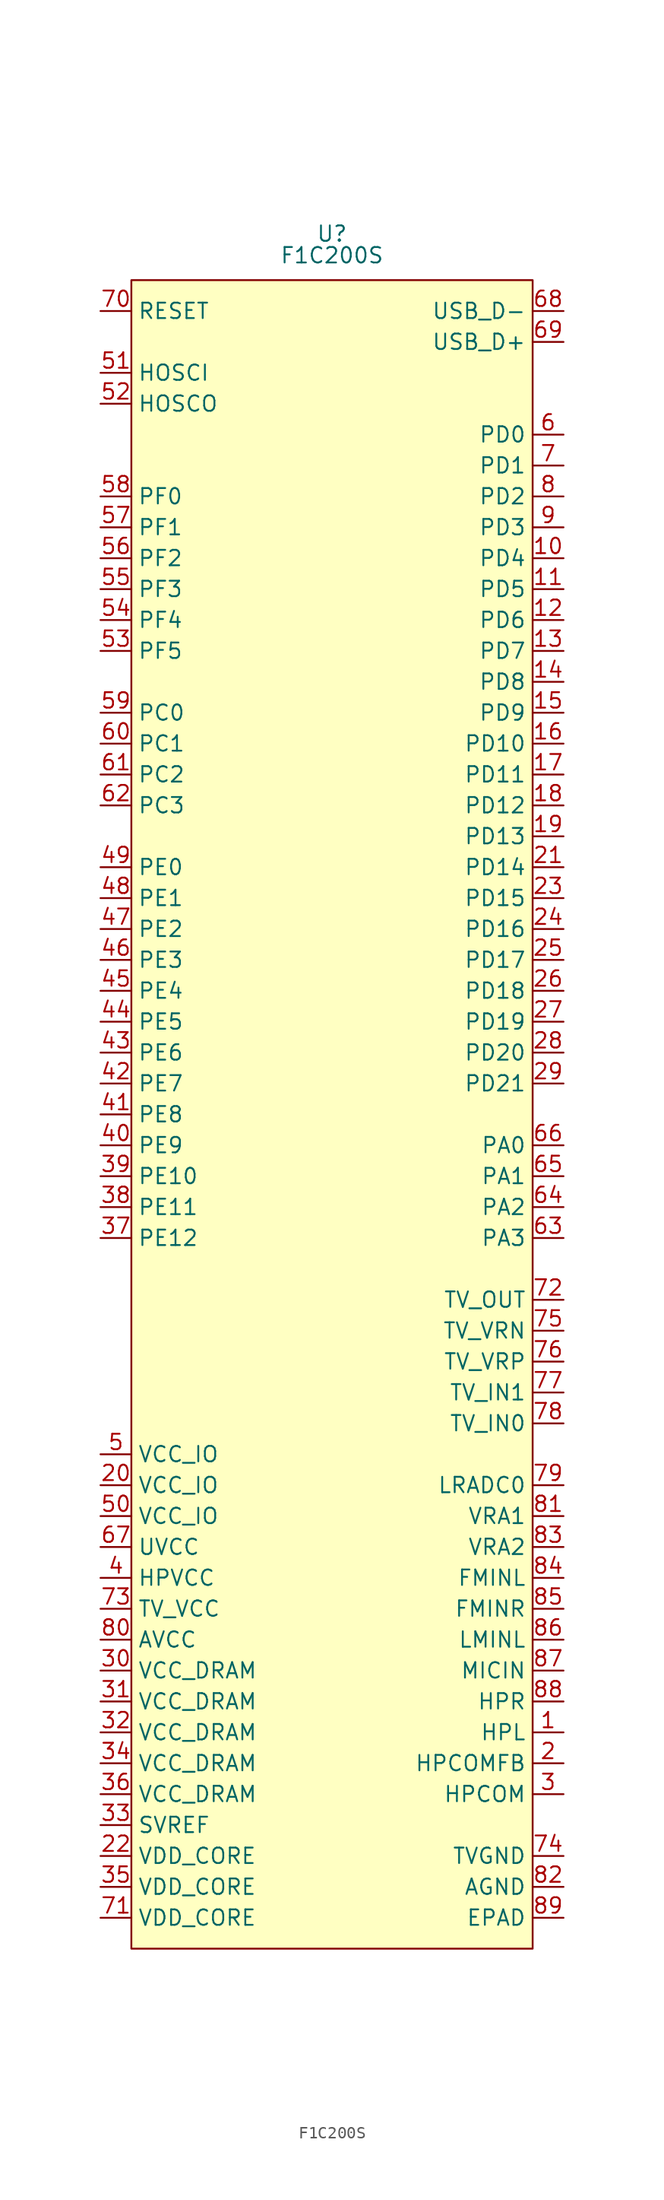
<source format=kicad_sym>
(kicad_symbol_lib
  (version 20241209)
  (generator "kicad_symbol_editor")
  (generator_version "9.0")
  (symbol "F1C200S"
    (property "Reference" "U"
      (at 0 72.39 0)
      (effects (font (size 1.27 1.27))))
    (property "Value" "F1C200S"
      (at 0 70.612 0)
      (effects (font (size 1.27 1.27))))
    (symbol "F1C200S_1_1"
      (rectangle (start -16.51 68.58) (end 16.51 -68.58) (stroke (width 0) (type solid)) (fill (type color) (color 255 255 194 1)))
      (pin input line (at -19.05 66.04 0) (length 2.54) (name "RESET" (effects (font (size 1.27 1.27)))) (number "70" (effects (font (size 1.27 1.27)))))
      (pin input line (at -19.05 60.96 0) (length 2.54) (name "HOSCI" (effects (font (size 1.27 1.27)))) (number "51" (effects (font (size 1.27 1.27)))))
      (pin output line (at -19.05 58.42 0) (length 2.54) (name "HOSCO" (effects (font (size 1.27 1.27)))) (number "52" (effects (font (size 1.27 1.27)))))
      (pin bidirectional line (at -19.05 50.8 0) (length 2.54) (name "PF0" (effects (font (size 1.27 1.27)))) (number "58" (effects (font (size 1.27 1.27)))) (alternate "DBG_MS" bidirectional line) (alternate "IR_RX" input line) (alternate "SDC0_D1" bidirectional line))
      (pin bidirectional line (at -19.05 48.26 0) (length 2.54) (name "PF1" (effects (font (size 1.27 1.27)))) (number "57" (effects (font (size 1.27 1.27)))) (alternate "DBG_DI" bidirectional line) (alternate "SDC0_D0" bidirectional line))
      (pin bidirectional line (at -19.05 45.72 0) (length 2.54) (name "PF2" (effects (font (size 1.27 1.27)))) (number "56" (effects (font (size 1.27 1.27)))) (alternate "SDC0_CLK" output line) (alternate "UART0_RX" input line))
      (pin bidirectional line (at -19.05 43.18 0) (length 2.54) (name "PF3" (effects (font (size 1.27 1.27)))) (number "55" (effects (font (size 1.27 1.27)))) (alternate "DBG_DO" bidirectional line) (alternate "SDC0_CMD" bidirectional line))
      (pin bidirectional line (at -19.05 40.64 0) (length 2.54) (name "PF4" (effects (font (size 1.27 1.27)))) (number "54" (effects (font (size 1.27 1.27)))) (alternate "SDC0_D3" bidirectional line) (alternate "UART0_TX" output line))
      (pin bidirectional line (at -19.05 38.1 0) (length 2.54) (name "PF5" (effects (font (size 1.27 1.27)))) (number "53" (effects (font (size 1.27 1.27)))) (alternate "DBG_CK" bidirectional line) (alternate "PWM1" output line) (alternate "SDC0_D2" bidirectional line))
      (pin bidirectional line (at -19.05 33.02 0) (length 2.54) (name "PC0" (effects (font (size 1.27 1.27)))) (number "59" (effects (font (size 1.27 1.27)))) (alternate "SDC1_CLK" output line) (alternate "SPI0_CLK" output line))
      (pin bidirectional line (at -19.05 30.48 0) (length 2.54) (name "PC1" (effects (font (size 1.27 1.27)))) (number "60" (effects (font (size 1.27 1.27)))) (alternate "SDC1_CMD" output line) (alternate "SPI0_CS" output line))
      (pin bidirectional line (at -19.05 27.94 0) (length 2.54) (name "PC2" (effects (font (size 1.27 1.27)))) (number "61" (effects (font (size 1.27 1.27)))) (alternate "SDC1_D0" bidirectional line) (alternate "SPI0_MISO" input line))
      (pin bidirectional line (at -19.05 25.4 0) (length 2.54) (name "PC3" (effects (font (size 1.27 1.27)))) (number "62" (effects (font (size 1.27 1.27)))) (alternate "SPI0_MOSI" output line) (alternate "UART0_TX" output line))
      (pin bidirectional line (at -19.05 20.32 0) (length 2.54) (name "PE0" (effects (font (size 1.27 1.27)))) (number "49" (effects (font (size 1.27 1.27)))) (alternate "CSI_HSYNC" bidirectional line) (alternate "LCD_D0" bidirectional line))
      (pin bidirectional line (at -19.05 17.78 0) (length 2.54) (name "PE1" (effects (font (size 1.27 1.27)))) (number "48" (effects (font (size 1.27 1.27)))) (alternate "CSI_VSYNC" bidirectional line) (alternate "LCD_D1" bidirectional line))
      (pin bidirectional line (at -19.05 15.24 0) (length 2.54) (name "PE2" (effects (font (size 1.27 1.27)))) (number "47" (effects (font (size 1.27 1.27)))) (alternate "CSI_PCLK" bidirectional line) (alternate "LCD_D8" bidirectional line))
      (pin bidirectional line (at -19.05 12.7 0) (length 2.54) (name "PE3" (effects (font (size 1.27 1.27)))) (number "46" (effects (font (size 1.27 1.27)))) (alternate "CSI_D0" bidirectional line) (alternate "LCD_D9" bidirectional line))
      (pin bidirectional line (at -19.05 10.16 0) (length 2.54) (name "PE4" (effects (font (size 1.27 1.27)))) (number "45" (effects (font (size 1.27 1.27)))) (alternate "CSI_D1" bidirectional line) (alternate "LCD_D16" bidirectional line))
      (pin bidirectional line (at -19.05 7.62 0) (length 2.54) (name "PE5" (effects (font (size 1.27 1.27)))) (number "44" (effects (font (size 1.27 1.27)))) (alternate "CSI_D2" bidirectional line) (alternate "LCD_D17" bidirectional line))
      (pin bidirectional line (at -19.05 5.08 0) (length 2.54) (name "PE6" (effects (font (size 1.27 1.27)))) (number "43" (effects (font (size 1.27 1.27)))) (alternate "CSI_D3" bidirectional line) (alternate "PWM1" output line))
      (pin bidirectional line (at -19.05 2.54 0) (length 2.54) (name "PE7" (effects (font (size 1.27 1.27)))) (number "42" (effects (font (size 1.27 1.27)))) (alternate "CSI_D4" bidirectional line))
      (pin bidirectional line (at -19.05 0 0) (length 2.54) (name "PE8" (effects (font (size 1.27 1.27)))) (number "41" (effects (font (size 1.27 1.27)))) (alternate "CSI_D5" bidirectional line))
      (pin bidirectional line (at -19.05 -2.54 0) (length 2.54) (name "PE9" (effects (font (size 1.27 1.27)))) (number "40" (effects (font (size 1.27 1.27)))) (alternate "CSI_D6" bidirectional line))
      (pin bidirectional line (at -19.05 -5.08 0) (length 2.54) (name "PE10" (effects (font (size 1.27 1.27)))) (number "39" (effects (font (size 1.27 1.27)))) (alternate "CSI_D7" bidirectional line))
      (pin bidirectional line (at -19.05 -7.62 0) (length 2.54) (name "PE11" (effects (font (size 1.27 1.27)))) (number "38" (effects (font (size 1.27 1.27)))) (alternate "CLK_OUT" bidirectional line))
      (pin bidirectional line (at -19.05 -10.16 0) (length 2.54) (name "PE12" (effects (font (size 1.27 1.27)))) (number "37" (effects (font (size 1.27 1.27)))) (alternate "DA_MCLK" bidirectional line))
      (pin power_in line (at -19.05 -27.94 0) (length 2.54) (name "VCC_IO" (effects (font (size 1.27 1.27)))) (number "5" (effects (font (size 1.27 1.27)))))
      (pin power_in line (at -19.05 -30.48 0) (length 2.54) (name "VCC_IO" (effects (font (size 1.27 1.27)))) (number "20" (effects (font (size 1.27 1.27)))))
      (pin power_in line (at -19.05 -33.02 0) (length 2.54) (name "VCC_IO" (effects (font (size 1.27 1.27)))) (number "50" (effects (font (size 1.27 1.27)))))
      (pin power_in line (at -19.05 -35.56 0) (length 2.54) (name "UVCC" (effects (font (size 1.27 1.27)))) (number "67" (effects (font (size 1.27 1.27)))))
      (pin power_in line (at -19.05 -38.1 0) (length 2.54) (name "HPVCC" (effects (font (size 1.27 1.27)))) (number "4" (effects (font (size 1.27 1.27)))))
      (pin power_in line (at -19.05 -40.64 0) (length 2.54) (name "TV_VCC" (effects (font (size 1.27 1.27)))) (number "73" (effects (font (size 1.27 1.27)))))
      (pin power_in line (at -19.05 -43.18 0) (length 2.54) (name "AVCC" (effects (font (size 1.27 1.27)))) (number "80" (effects (font (size 1.27 1.27)))))
      (pin power_in line (at -19.05 -45.72 0) (length 2.54) (name "VCC_DRAM" (effects (font (size 1.27 1.27)))) (number "30" (effects (font (size 1.27 1.27)))))
      (pin power_in line (at -19.05 -48.26 0) (length 2.54) (name "VCC_DRAM" (effects (font (size 1.27 1.27)))) (number "31" (effects (font (size 1.27 1.27)))))
      (pin power_in line (at -19.05 -50.8 0) (length 2.54) (name "VCC_DRAM" (effects (font (size 1.27 1.27)))) (number "32" (effects (font (size 1.27 1.27)))))
      (pin power_in line (at -19.05 -53.34 0) (length 2.54) (name "VCC_DRAM" (effects (font (size 1.27 1.27)))) (number "34" (effects (font (size 1.27 1.27)))))
      (pin power_in line (at -19.05 -55.88 0) (length 2.54) (name "VCC_DRAM" (effects (font (size 1.27 1.27)))) (number "36" (effects (font (size 1.27 1.27)))))
      (pin power_in line (at -19.05 -58.42 0) (length 2.54) (name "SVREF" (effects (font (size 1.27 1.27)))) (number "33" (effects (font (size 1.27 1.27)))))
      (pin power_in line (at -19.05 -60.96 0) (length 2.54) (name "VDD_CORE" (effects (font (size 1.27 1.27)))) (number "22" (effects (font (size 1.27 1.27)))))
      (pin power_in line (at -19.05 -63.5 0) (length 2.54) (name "VDD_CORE" (effects (font (size 1.27 1.27)))) (number "35" (effects (font (size 1.27 1.27)))))
      (pin power_in line (at -19.05 -66.04 0) (length 2.54) (name "VDD_CORE" (effects (font (size 1.27 1.27)))) (number "71" (effects (font (size 1.27 1.27)))))
      (pin bidirectional line (at 19.05 66.04 180) (length 2.54) (name "USB_D-" (effects (font (size 1.27 1.27)))) (number "68" (effects (font (size 1.27 1.27)))))
      (pin bidirectional line (at 19.05 63.5 180) (length 2.54) (name "USB_D+" (effects (font (size 1.27 1.27)))) (number "69" (effects (font (size 1.27 1.27)))))
      (pin bidirectional line (at 19.05 55.88 180) (length 2.54) (name "PD0" (effects (font (size 1.27 1.27)))) (number "6" (effects (font (size 1.27 1.27)))) (alternate "LCD_D2" output line) (alternate "RSB_SDA" bidirectional line) (alternate "TWI0_SDA" bidirectional line))
      (pin bidirectional line (at 19.05 53.34 180) (length 2.54) (name "PD1" (effects (font (size 1.27 1.27)))) (number "7" (effects (font (size 1.27 1.27)))) (alternate "LCD_D3" output line) (alternate "UART1_RTS" output line))
      (pin bidirectional line (at 19.05 50.8 180) (length 2.54) (name "PD2" (effects (font (size 1.27 1.27)))) (number "8" (effects (font (size 1.27 1.27)))) (alternate "LCD_D4" output line) (alternate "UART1_CTS" input line))
      (pin bidirectional line (at 19.05 48.26 180) (length 2.54) (name "PD3" (effects (font (size 1.27 1.27)))) (number "9" (effects (font (size 1.27 1.27)))) (alternate "LCD_D5" output line) (alternate "UART1_RX" input line))
      (pin bidirectional line (at 19.05 45.72 180) (length 2.54) (name "PD4" (effects (font (size 1.27 1.27)))) (number "10" (effects (font (size 1.27 1.27)))) (alternate "LCD_D6" output line) (alternate "UART1_TX" output line))
      (pin bidirectional line (at 19.05 43.18 180) (length 2.54) (name "PD5" (effects (font (size 1.27 1.27)))) (number "11" (effects (font (size 1.27 1.27)))) (alternate "LCD_D7" output line) (alternate "TWI1_SCK" bidirectional line))
      (pin bidirectional line (at 19.05 40.64 180) (length 2.54) (name "PD6" (effects (font (size 1.27 1.27)))) (number "12" (effects (font (size 1.27 1.27)))) (alternate "LCD_D10" output line) (alternate "TWI1_SDA" bidirectional line))
      (pin bidirectional line (at 19.05 38.1 180) (length 2.54) (name "PD7" (effects (font (size 1.27 1.27)))) (number "13" (effects (font (size 1.27 1.27)))) (alternate "DA_MCLK" output line) (alternate "LCD_D11" output line))
      (pin bidirectional line (at 19.05 35.56 180) (length 2.54) (name "PD8" (effects (font (size 1.27 1.27)))) (number "14" (effects (font (size 1.27 1.27)))) (alternate "DA_BCLK" bidirectional line) (alternate "LCD_D12" output line))
      (pin bidirectional line (at 19.05 33.02 180) (length 2.54) (name "PD9" (effects (font (size 1.27 1.27)))) (number "15" (effects (font (size 1.27 1.27)))) (alternate "DA_LRCK" bidirectional line) (alternate "LCD_D13" output line))
      (pin bidirectional line (at 19.05 30.48 180) (length 2.54) (name "PD10" (effects (font (size 1.27 1.27)))) (number "16" (effects (font (size 1.27 1.27)))) (alternate "DA_IN" input line) (alternate "LCD_D14" output line))
      (pin bidirectional line (at 19.05 27.94 180) (length 2.54) (name "PD11" (effects (font (size 1.27 1.27)))) (number "17" (effects (font (size 1.27 1.27)))) (alternate "DA_OUT" output line) (alternate "LCD_D15" output line))
      (pin bidirectional line (at 19.05 25.4 180) (length 2.54) (name "PD12" (effects (font (size 1.27 1.27)))) (number "18" (effects (font (size 1.27 1.27)))) (alternate "LCD_D18" output line) (alternate "RSB_SCK" bidirectional line) (alternate "TWI0_SCK" bidirectional line))
      (pin bidirectional line (at 19.05 22.86 180) (length 2.54) (name "PD13" (effects (font (size 1.27 1.27)))) (number "19" (effects (font (size 1.27 1.27)))) (alternate "LCD_D19" output line) (alternate "UART2_TX" output line))
      (pin bidirectional line (at 19.05 20.32 180) (length 2.54) (name "PD14" (effects (font (size 1.27 1.27)))) (number "21" (effects (font (size 1.27 1.27)))) (alternate "LCD_D20" output line) (alternate "UART2_RX" input line))
      (pin bidirectional line (at 19.05 17.78 180) (length 2.54) (name "PD15" (effects (font (size 1.27 1.27)))) (number "23" (effects (font (size 1.27 1.27)))) (alternate "LCD_D21" output line) (alternate "TWI2_SCK" bidirectional line) (alternate "UART2_RTS" output line))
      (pin bidirectional line (at 19.05 15.24 180) (length 2.54) (name "PD16" (effects (font (size 1.27 1.27)))) (number "24" (effects (font (size 1.27 1.27)))) (alternate "LCD_D22" output line) (alternate "TWI2_SDA" bidirectional line) (alternate "UART2_CTS" input line))
      (pin bidirectional line (at 19.05 12.7 180) (length 2.54) (name "PD17" (effects (font (size 1.27 1.27)))) (number "25" (effects (font (size 1.27 1.27)))) (alternate "LCD_D23" output line) (alternate "OWA_OUT" output line))
      (pin bidirectional line (at 19.05 10.16 180) (length 2.54) (name "PD18" (effects (font (size 1.27 1.27)))) (number "26" (effects (font (size 1.27 1.27)))) (alternate "LCD_CLK" output line) (alternate "SPI0_CS" bidirectional line))
      (pin bidirectional line (at 19.05 7.62 180) (length 2.54) (name "PD19" (effects (font (size 1.27 1.27)))) (number "27" (effects (font (size 1.27 1.27)))) (alternate "LCD_DE" output line) (alternate "SPI0_MOSI" bidirectional line))
      (pin bidirectional line (at 19.05 5.08 180) (length 2.54) (name "PD20" (effects (font (size 1.27 1.27)))) (number "28" (effects (font (size 1.27 1.27)))) (alternate "LCD_HSYNC" output line) (alternate "SPI0_CLK" bidirectional line))
      (pin bidirectional line (at 19.05 2.54 180) (length 2.54) (name "PD21" (effects (font (size 1.27 1.27)))) (number "29" (effects (font (size 1.27 1.27)))) (alternate "LCD_VSYNC" output line) (alternate "SPI0_MISO" bidirectional line))
      (pin bidirectional line (at 19.05 -2.54 180) (length 2.54) (name "PA0" (effects (font (size 1.27 1.27)))) (number "66" (effects (font (size 1.27 1.27)))) (alternate "TPX1" input line))
      (pin bidirectional line (at 19.05 -5.08 180) (length 2.54) (name "PA1" (effects (font (size 1.27 1.27)))) (number "65" (effects (font (size 1.27 1.27)))) (alternate "TPX2" input line))
      (pin bidirectional line (at 19.05 -7.62 180) (length 2.54) (name "PA2" (effects (font (size 1.27 1.27)))) (number "64" (effects (font (size 1.27 1.27)))) (alternate "TPY1" input line))
      (pin bidirectional line (at 19.05 -10.16 180) (length 2.54) (name "PA3" (effects (font (size 1.27 1.27)))) (number "63" (effects (font (size 1.27 1.27)))) (alternate "TPY2" input line))
      (pin output line (at 19.05 -15.24 180) (length 2.54) (name "TV_OUT" (effects (font (size 1.27 1.27)))) (number "72" (effects (font (size 1.27 1.27)))))
      (pin bidirectional line (at 19.05 -17.78 180) (length 2.54) (name "TV_VRN" (effects (font (size 1.27 1.27)))) (number "75" (effects (font (size 1.27 1.27)))))
      (pin bidirectional line (at 19.05 -20.32 180) (length 2.54) (name "TV_VRP" (effects (font (size 1.27 1.27)))) (number "76" (effects (font (size 1.27 1.27)))))
      (pin bidirectional line (at 19.05 -22.86 180) (length 2.54) (name "TV_IN1" (effects (font (size 1.27 1.27)))) (number "77" (effects (font (size 1.27 1.27)))))
      (pin bidirectional line (at 19.05 -25.4 180) (length 2.54) (name "TV_IN0" (effects (font (size 1.27 1.27)))) (number "78" (effects (font (size 1.27 1.27)))))
      (pin bidirectional line (at 19.05 -30.48 180) (length 2.54) (name "LRADC0" (effects (font (size 1.27 1.27)))) (number "79" (effects (font (size 1.27 1.27)))))
      (pin bidirectional line (at 19.05 -33.02 180) (length 2.54) (name "VRA1" (effects (font (size 1.27 1.27)))) (number "81" (effects (font (size 1.27 1.27)))))
      (pin bidirectional line (at 19.05 -35.56 180) (length 2.54) (name "VRA2" (effects (font (size 1.27 1.27)))) (number "83" (effects (font (size 1.27 1.27)))))
      (pin bidirectional line (at 19.05 -38.1 180) (length 2.54) (name "FMINL" (effects (font (size 1.27 1.27)))) (number "84" (effects (font (size 1.27 1.27)))))
      (pin bidirectional line (at 19.05 -40.64 180) (length 2.54) (name "FMINR" (effects (font (size 1.27 1.27)))) (number "85" (effects (font (size 1.27 1.27)))))
      (pin bidirectional line (at 19.05 -43.18 180) (length 2.54) (name "LMINL" (effects (font (size 1.27 1.27)))) (number "86" (effects (font (size 1.27 1.27)))))
      (pin input line (at 19.05 -45.72 180) (length 2.54) (name "MICIN" (effects (font (size 1.27 1.27)))) (number "87" (effects (font (size 1.27 1.27)))))
      (pin bidirectional line (at 19.05 -48.26 180) (length 2.54) (name "HPR" (effects (font (size 1.27 1.27)))) (number "88" (effects (font (size 1.27 1.27)))))
      (pin bidirectional line (at 19.05 -50.8 180) (length 2.54) (name "HPL" (effects (font (size 1.27 1.27)))) (number "1" (effects (font (size 1.27 1.27)))))
      (pin bidirectional line (at 19.05 -53.34 180) (length 2.54) (name "HPCOMFB" (effects (font (size 1.27 1.27)))) (number "2" (effects (font (size 1.27 1.27)))))
      (pin bidirectional line (at 19.05 -55.88 180) (length 2.54) (name "HPCOM" (effects (font (size 1.27 1.27)))) (number "3" (effects (font (size 1.27 1.27)))))
      (pin power_in line (at 19.05 -60.96 180) (length 2.54) (name "TVGND" (effects (font (size 1.27 1.27)))) (number "74" (effects (font (size 1.27 1.27)))))
      (pin power_in line (at 19.05 -63.5 180) (length 2.54) (name "AGND" (effects (font (size 1.27 1.27)))) (number "82" (effects (font (size 1.27 1.27)))))
      (pin power_in line (at 19.05 -66.04 180) (length 2.54) (name "EPAD" (effects (font (size 1.27 1.27)))) (number "89" (effects (font (size 1.27 1.27))))))))
</source>
